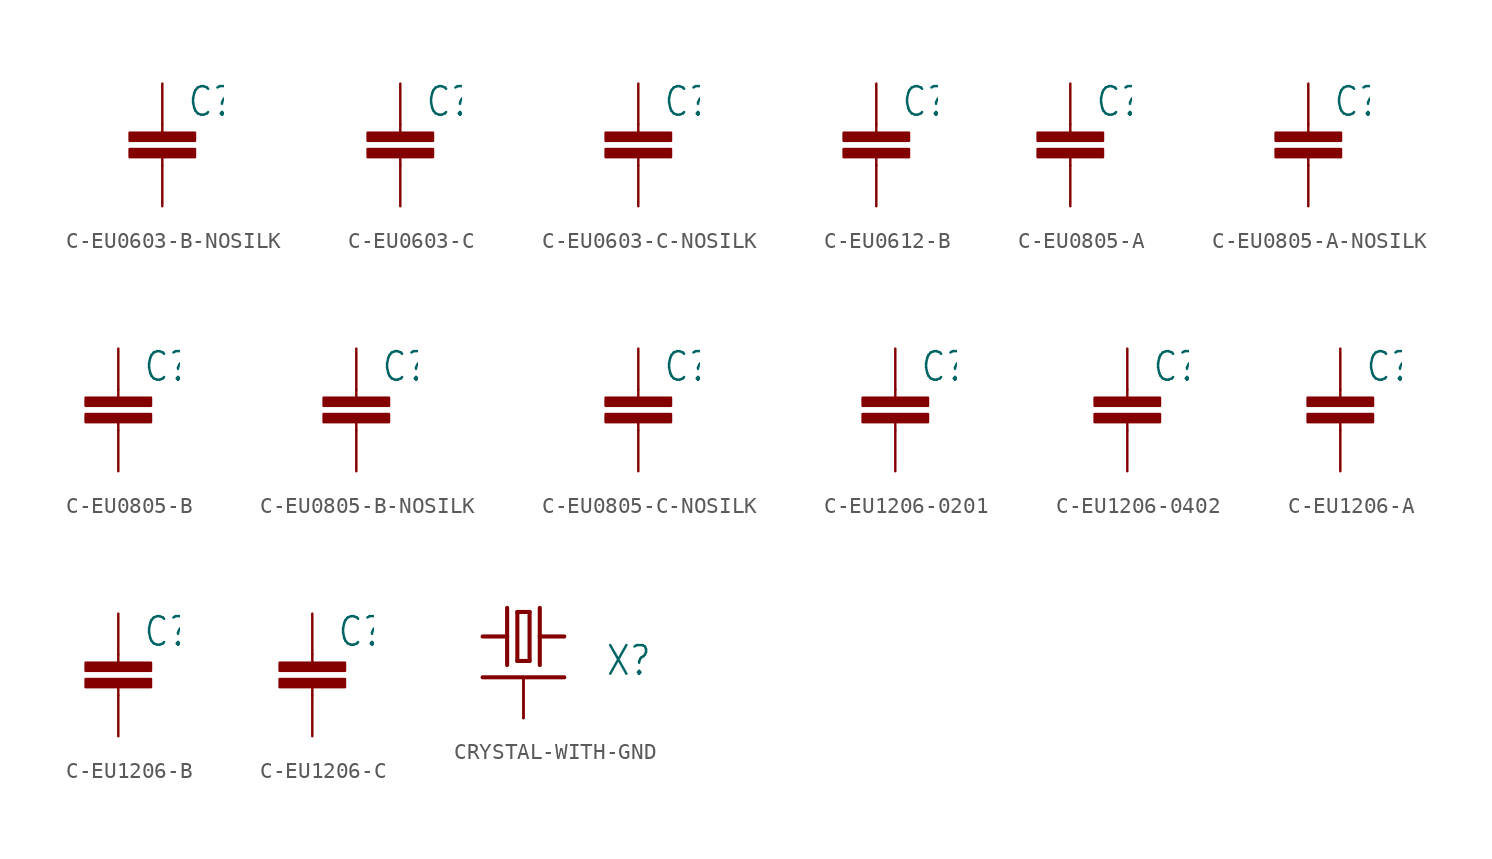
<source format=kicad_sym>
(kicad_symbol_lib
  (version 20220914)
  (generator kicad_symbol_editor)
  (symbol "C-EU0603-B-NOSILK"
    (property "Reference" "C"
      (at 1.524 0.381 0)
      (effects (font (size 1.778 1.511)) (justify left bottom)))
    (property "Value" ""
      (at 1.524 -4.699 0)
      (effects (font (size 1.778 1.511)) (justify left bottom)))
    (property "ki_locked" ""
      (at 0 0 0)
      (effects (font (size 1.27 1.27))))
    (symbol "C-EU0603-B-NOSILK_1_0"
      (rectangle (start -2.032 -2.032) (end 2.032 -1.524) (stroke (width 0) (type default)) (fill (type outline)))
      (rectangle (start -2.032 -1.016) (end 2.032 -0.508) (stroke (width 0) (type default)) (fill (type outline)))
      (polyline (pts (xy 0 -2.54) (xy 0 -2.032)) (stroke (width 0.152) (type solid)) (fill (type none)))
      (polyline (pts (xy 0 0) (xy 0 -0.508)) (stroke (width 0.152) (type solid)) (fill (type none)))
      (pin passive line (at 0 2.54 270) (length 2.54) (name "1" (effects (font (size 0 0)))) (number "1" (effects (font (size 0 0)))))
      (pin passive line (at 0 -5.08 90) (length 2.54) (name "2" (effects (font (size 0 0)))) (number "2" (effects (font (size 0 0)))))))
  (symbol "C-EU0603-C"
    (property "Reference" "C"
      (at 1.524 0.381 0)
      (effects (font (size 1.778 1.511)) (justify left bottom)))
    (property "Value" ""
      (at 1.524 -4.699 0)
      (effects (font (size 1.778 1.511)) (justify left bottom)))
    (property "ki_locked" ""
      (at 0 0 0)
      (effects (font (size 1.27 1.27))))
    (symbol "C-EU0603-C_1_0"
      (rectangle (start -2.032 -2.032) (end 2.032 -1.524) (stroke (width 0) (type default)) (fill (type outline)))
      (rectangle (start -2.032 -1.016) (end 2.032 -0.508) (stroke (width 0) (type default)) (fill (type outline)))
      (polyline (pts (xy 0 -2.54) (xy 0 -2.032)) (stroke (width 0.152) (type solid)) (fill (type none)))
      (polyline (pts (xy 0 0) (xy 0 -0.508)) (stroke (width 0.152) (type solid)) (fill (type none)))
      (pin passive line (at 0 2.54 270) (length 2.54) (name "1" (effects (font (size 0 0)))) (number "1" (effects (font (size 0 0)))))
      (pin passive line (at 0 -5.08 90) (length 2.54) (name "2" (effects (font (size 0 0)))) (number "2" (effects (font (size 0 0)))))))
  (symbol "C-EU0603-C-NOSILK"
    (property "Reference" "C"
      (at 1.524 0.381 0)
      (effects (font (size 1.778 1.511)) (justify left bottom)))
    (property "Value" ""
      (at 1.524 -4.699 0)
      (effects (font (size 1.778 1.511)) (justify left bottom)))
    (property "ki_locked" ""
      (at 0 0 0)
      (effects (font (size 1.27 1.27))))
    (symbol "C-EU0603-C-NOSILK_1_0"
      (rectangle (start -2.032 -2.032) (end 2.032 -1.524) (stroke (width 0) (type default)) (fill (type outline)))
      (rectangle (start -2.032 -1.016) (end 2.032 -0.508) (stroke (width 0) (type default)) (fill (type outline)))
      (polyline (pts (xy 0 -2.54) (xy 0 -2.032)) (stroke (width 0.152) (type solid)) (fill (type none)))
      (polyline (pts (xy 0 0) (xy 0 -0.508)) (stroke (width 0.152) (type solid)) (fill (type none)))
      (pin passive line (at 0 2.54 270) (length 2.54) (name "1" (effects (font (size 0 0)))) (number "1" (effects (font (size 0 0)))))
      (pin passive line (at 0 -5.08 90) (length 2.54) (name "2" (effects (font (size 0 0)))) (number "2" (effects (font (size 0 0)))))))
  (symbol "C-EU0612-B"
    (property "Reference" "C"
      (at 1.524 0.381 0)
      (effects (font (size 1.778 1.511)) (justify left bottom)))
    (property "Value" ""
      (at 1.524 -4.699 0)
      (effects (font (size 1.778 1.511)) (justify left bottom)))
    (property "ki_locked" ""
      (at 0 0 0)
      (effects (font (size 1.27 1.27))))
    (symbol "C-EU0612-B_1_0"
      (rectangle (start -2.032 -2.032) (end 2.032 -1.524) (stroke (width 0) (type default)) (fill (type outline)))
      (rectangle (start -2.032 -1.016) (end 2.032 -0.508) (stroke (width 0) (type default)) (fill (type outline)))
      (polyline (pts (xy 0 -2.54) (xy 0 -2.032)) (stroke (width 0.152) (type solid)) (fill (type none)))
      (polyline (pts (xy 0 0) (xy 0 -0.508)) (stroke (width 0.152) (type solid)) (fill (type none)))
      (pin passive line (at 0 2.54 270) (length 2.54) (name "1" (effects (font (size 0 0)))) (number "1" (effects (font (size 0 0)))))
      (pin passive line (at 0 -5.08 90) (length 2.54) (name "2" (effects (font (size 0 0)))) (number "2" (effects (font (size 0 0)))))))
  (symbol "C-EU0805-A"
    (property "Reference" "C"
      (at 1.524 0.381 0)
      (effects (font (size 1.778 1.511)) (justify left bottom)))
    (property "Value" ""
      (at 1.524 -4.699 0)
      (effects (font (size 1.778 1.511)) (justify left bottom)))
    (property "ki_locked" ""
      (at 0 0 0)
      (effects (font (size 1.27 1.27))))
    (symbol "C-EU0805-A_1_0"
      (rectangle (start -2.032 -2.032) (end 2.032 -1.524) (stroke (width 0) (type default)) (fill (type outline)))
      (rectangle (start -2.032 -1.016) (end 2.032 -0.508) (stroke (width 0) (type default)) (fill (type outline)))
      (polyline (pts (xy 0 -2.54) (xy 0 -2.032)) (stroke (width 0.152) (type solid)) (fill (type none)))
      (polyline (pts (xy 0 0) (xy 0 -0.508)) (stroke (width 0.152) (type solid)) (fill (type none)))
      (pin passive line (at 0 2.54 270) (length 2.54) (name "1" (effects (font (size 0 0)))) (number "1" (effects (font (size 0 0)))))
      (pin passive line (at 0 -5.08 90) (length 2.54) (name "2" (effects (font (size 0 0)))) (number "2" (effects (font (size 0 0)))))))
  (symbol "C-EU0805-A-NOSILK"
    (property "Reference" "C"
      (at 1.524 0.381 0)
      (effects (font (size 1.778 1.511)) (justify left bottom)))
    (property "Value" ""
      (at 1.524 -4.699 0)
      (effects (font (size 1.778 1.511)) (justify left bottom)))
    (property "ki_locked" ""
      (at 0 0 0)
      (effects (font (size 1.27 1.27))))
    (symbol "C-EU0805-A-NOSILK_1_0"
      (rectangle (start -2.032 -2.032) (end 2.032 -1.524) (stroke (width 0) (type default)) (fill (type outline)))
      (rectangle (start -2.032 -1.016) (end 2.032 -0.508) (stroke (width 0) (type default)) (fill (type outline)))
      (polyline (pts (xy 0 -2.54) (xy 0 -2.032)) (stroke (width 0.152) (type solid)) (fill (type none)))
      (polyline (pts (xy 0 0) (xy 0 -0.508)) (stroke (width 0.152) (type solid)) (fill (type none)))
      (pin passive line (at 0 2.54 270) (length 2.54) (name "1" (effects (font (size 0 0)))) (number "1" (effects (font (size 0 0)))))
      (pin passive line (at 0 -5.08 90) (length 2.54) (name "2" (effects (font (size 0 0)))) (number "2" (effects (font (size 0 0)))))))
  (symbol "C-EU0805-B"
    (property "Reference" "C"
      (at 1.524 0.381 0)
      (effects (font (size 1.778 1.511)) (justify left bottom)))
    (property "Value" ""
      (at 1.524 -4.699 0)
      (effects (font (size 1.778 1.511)) (justify left bottom)))
    (property "ki_locked" ""
      (at 0 0 0)
      (effects (font (size 1.27 1.27))))
    (symbol "C-EU0805-B_1_0"
      (rectangle (start -2.032 -2.032) (end 2.032 -1.524) (stroke (width 0) (type default)) (fill (type outline)))
      (rectangle (start -2.032 -1.016) (end 2.032 -0.508) (stroke (width 0) (type default)) (fill (type outline)))
      (polyline (pts (xy 0 -2.54) (xy 0 -2.032)) (stroke (width 0.152) (type solid)) (fill (type none)))
      (polyline (pts (xy 0 0) (xy 0 -0.508)) (stroke (width 0.152) (type solid)) (fill (type none)))
      (pin passive line (at 0 2.54 270) (length 2.54) (name "1" (effects (font (size 0 0)))) (number "1" (effects (font (size 0 0)))))
      (pin passive line (at 0 -5.08 90) (length 2.54) (name "2" (effects (font (size 0 0)))) (number "2" (effects (font (size 0 0)))))))
  (symbol "C-EU0805-B-NOSILK"
    (property "Reference" "C"
      (at 1.524 0.381 0)
      (effects (font (size 1.778 1.511)) (justify left bottom)))
    (property "Value" ""
      (at 1.524 -4.699 0)
      (effects (font (size 1.778 1.511)) (justify left bottom)))
    (property "ki_locked" ""
      (at 0 0 0)
      (effects (font (size 1.27 1.27))))
    (symbol "C-EU0805-B-NOSILK_1_0"
      (rectangle (start -2.032 -2.032) (end 2.032 -1.524) (stroke (width 0) (type default)) (fill (type outline)))
      (rectangle (start -2.032 -1.016) (end 2.032 -0.508) (stroke (width 0) (type default)) (fill (type outline)))
      (polyline (pts (xy 0 -2.54) (xy 0 -2.032)) (stroke (width 0.152) (type solid)) (fill (type none)))
      (polyline (pts (xy 0 0) (xy 0 -0.508)) (stroke (width 0.152) (type solid)) (fill (type none)))
      (pin passive line (at 0 2.54 270) (length 2.54) (name "1" (effects (font (size 0 0)))) (number "1" (effects (font (size 0 0)))))
      (pin passive line (at 0 -5.08 90) (length 2.54) (name "2" (effects (font (size 0 0)))) (number "2" (effects (font (size 0 0)))))))
  (symbol "C-EU0805-C-NOSILK"
    (property "Reference" "C"
      (at 1.524 0.381 0)
      (effects (font (size 1.778 1.511)) (justify left bottom)))
    (property "Value" ""
      (at 1.524 -4.699 0)
      (effects (font (size 1.778 1.511)) (justify left bottom)))
    (property "ki_locked" ""
      (at 0 0 0)
      (effects (font (size 1.27 1.27))))
    (symbol "C-EU0805-C-NOSILK_1_0"
      (rectangle (start -2.032 -2.032) (end 2.032 -1.524) (stroke (width 0) (type default)) (fill (type outline)))
      (rectangle (start -2.032 -1.016) (end 2.032 -0.508) (stroke (width 0) (type default)) (fill (type outline)))
      (polyline (pts (xy 0 -2.54) (xy 0 -2.032)) (stroke (width 0.152) (type solid)) (fill (type none)))
      (polyline (pts (xy 0 0) (xy 0 -0.508)) (stroke (width 0.152) (type solid)) (fill (type none)))
      (pin passive line (at 0 2.54 270) (length 2.54) (name "1" (effects (font (size 0 0)))) (number "1" (effects (font (size 0 0)))))
      (pin passive line (at 0 -5.08 90) (length 2.54) (name "2" (effects (font (size 0 0)))) (number "2" (effects (font (size 0 0)))))))
  (symbol "C-EU1206-0201"
    (property "Reference" "C"
      (at 1.524 0.381 0)
      (effects (font (size 1.778 1.511)) (justify left bottom)))
    (property "Value" ""
      (at 1.524 -4.699 0)
      (effects (font (size 1.778 1.511)) (justify left bottom)))
    (property "ki_locked" ""
      (at 0 0 0)
      (effects (font (size 1.27 1.27))))
    (symbol "C-EU1206-0201_1_0"
      (rectangle (start -2.032 -2.032) (end 2.032 -1.524) (stroke (width 0) (type default)) (fill (type outline)))
      (rectangle (start -2.032 -1.016) (end 2.032 -0.508) (stroke (width 0) (type default)) (fill (type outline)))
      (polyline (pts (xy 0 -2.54) (xy 0 -2.032)) (stroke (width 0.152) (type solid)) (fill (type none)))
      (polyline (pts (xy 0 0) (xy 0 -0.508)) (stroke (width 0.152) (type solid)) (fill (type none)))
      (pin passive line (at 0 2.54 270) (length 2.54) (name "1" (effects (font (size 0 0)))) (number "1" (effects (font (size 0 0)))))
      (pin passive line (at 0 -5.08 90) (length 2.54) (name "2" (effects (font (size 0 0)))) (number "2" (effects (font (size 0 0)))))))
  (symbol "C-EU1206-0402"
    (property "Reference" "C"
      (at 1.524 0.381 0)
      (effects (font (size 1.778 1.511)) (justify left bottom)))
    (property "Value" ""
      (at 1.524 -4.699 0)
      (effects (font (size 1.778 1.511)) (justify left bottom)))
    (property "ki_locked" ""
      (at 0 0 0)
      (effects (font (size 1.27 1.27))))
    (symbol "C-EU1206-0402_1_0"
      (rectangle (start -2.032 -2.032) (end 2.032 -1.524) (stroke (width 0) (type default)) (fill (type outline)))
      (rectangle (start -2.032 -1.016) (end 2.032 -0.508) (stroke (width 0) (type default)) (fill (type outline)))
      (polyline (pts (xy 0 -2.54) (xy 0 -2.032)) (stroke (width 0.152) (type solid)) (fill (type none)))
      (polyline (pts (xy 0 0) (xy 0 -0.508)) (stroke (width 0.152) (type solid)) (fill (type none)))
      (pin passive line (at 0 2.54 270) (length 2.54) (name "1" (effects (font (size 0 0)))) (number "1" (effects (font (size 0 0)))))
      (pin passive line (at 0 -5.08 90) (length 2.54) (name "2" (effects (font (size 0 0)))) (number "2" (effects (font (size 0 0)))))))
  (symbol "C-EU1206-A"
    (property "Reference" "C"
      (at 1.524 0.381 0)
      (effects (font (size 1.778 1.511)) (justify left bottom)))
    (property "Value" ""
      (at 1.524 -4.699 0)
      (effects (font (size 1.778 1.511)) (justify left bottom)))
    (property "ki_locked" ""
      (at 0 0 0)
      (effects (font (size 1.27 1.27))))
    (symbol "C-EU1206-A_1_0"
      (rectangle (start -2.032 -2.032) (end 2.032 -1.524) (stroke (width 0) (type default)) (fill (type outline)))
      (rectangle (start -2.032 -1.016) (end 2.032 -0.508) (stroke (width 0) (type default)) (fill (type outline)))
      (polyline (pts (xy 0 -2.54) (xy 0 -2.032)) (stroke (width 0.152) (type solid)) (fill (type none)))
      (polyline (pts (xy 0 0) (xy 0 -0.508)) (stroke (width 0.152) (type solid)) (fill (type none)))
      (pin passive line (at 0 2.54 270) (length 2.54) (name "1" (effects (font (size 0 0)))) (number "1" (effects (font (size 0 0)))))
      (pin passive line (at 0 -5.08 90) (length 2.54) (name "2" (effects (font (size 0 0)))) (number "2" (effects (font (size 0 0)))))))
  (symbol "C-EU1206-B"
    (property "Reference" "C"
      (at 1.524 0.381 0)
      (effects (font (size 1.778 1.511)) (justify left bottom)))
    (property "Value" ""
      (at 1.524 -4.699 0)
      (effects (font (size 1.778 1.511)) (justify left bottom)))
    (property "ki_locked" ""
      (at 0 0 0)
      (effects (font (size 1.27 1.27))))
    (symbol "C-EU1206-B_1_0"
      (rectangle (start -2.032 -2.032) (end 2.032 -1.524) (stroke (width 0) (type default)) (fill (type outline)))
      (rectangle (start -2.032 -1.016) (end 2.032 -0.508) (stroke (width 0) (type default)) (fill (type outline)))
      (polyline (pts (xy 0 -2.54) (xy 0 -2.032)) (stroke (width 0.152) (type solid)) (fill (type none)))
      (polyline (pts (xy 0 0) (xy 0 -0.508)) (stroke (width 0.152) (type solid)) (fill (type none)))
      (pin passive line (at 0 2.54 270) (length 2.54) (name "1" (effects (font (size 0 0)))) (number "1" (effects (font (size 0 0)))))
      (pin passive line (at 0 -5.08 90) (length 2.54) (name "2" (effects (font (size 0 0)))) (number "2" (effects (font (size 0 0)))))))
  (symbol "C-EU1206-C"
    (property "Reference" "C"
      (at 1.524 0.381 0)
      (effects (font (size 1.778 1.511)) (justify left bottom)))
    (property "Value" ""
      (at 1.524 -4.699 0)
      (effects (font (size 1.778 1.511)) (justify left bottom)))
    (property "ki_locked" ""
      (at 0 0 0)
      (effects (font (size 1.27 1.27))))
    (symbol "C-EU1206-C_1_0"
      (rectangle (start -2.032 -2.032) (end 2.032 -1.524) (stroke (width 0) (type default)) (fill (type outline)))
      (rectangle (start -2.032 -1.016) (end 2.032 -0.508) (stroke (width 0) (type default)) (fill (type outline)))
      (polyline (pts (xy 0 -2.54) (xy 0 -2.032)) (stroke (width 0.152) (type solid)) (fill (type none)))
      (polyline (pts (xy 0 0) (xy 0 -0.508)) (stroke (width 0.152) (type solid)) (fill (type none)))
      (pin passive line (at 0 2.54 270) (length 2.54) (name "1" (effects (font (size 0 0)))) (number "1" (effects (font (size 0 0)))))
      (pin passive line (at 0 -5.08 90) (length 2.54) (name "2" (effects (font (size 0 0)))) (number "2" (effects (font (size 0 0)))))))
  (symbol "CRYSTAL-WITH-GND"
    (property "Reference" "X"
      (at 5.08 -2.54 0)
      (effects (font (size 1.778 1.511)) (justify left bottom)))
    (property "Value" ""
      (at 5.08 -5.08 0)
      (effects (font (size 1.778 1.511)) (justify left bottom)))
    (property "ki_locked" ""
      (at 0 0 0)
      (effects (font (size 1.27 1.27))))
    (symbol "CRYSTAL-WITH-GND_1_0"
      (polyline (pts (xy -2.54 -2.54) (xy 2.54 -2.54)) (stroke (width 0.254) (type solid)) (fill (type none)))
      (polyline (pts (xy -2.54 0) (xy -1.016 0)) (stroke (width 0.254) (type solid)) (fill (type none)))
      (polyline (pts (xy -1.016 0) (xy -1.016 -1.778)) (stroke (width 0.254) (type solid)) (fill (type none)))
      (polyline (pts (xy -1.016 1.778) (xy -1.016 0)) (stroke (width 0.254) (type solid)) (fill (type none)))
      (polyline (pts (xy -0.381 -1.524) (xy 0.381 -1.524)) (stroke (width 0.254) (type solid)) (fill (type none)))
      (polyline (pts (xy -0.381 1.524) (xy -0.381 -1.524)) (stroke (width 0.254) (type solid)) (fill (type none)))
      (polyline (pts (xy 0.381 -1.524) (xy 0.381 1.524)) (stroke (width 0.254) (type solid)) (fill (type none)))
      (polyline (pts (xy 0.381 1.524) (xy -0.381 1.524)) (stroke (width 0.254) (type solid)) (fill (type none)))
      (polyline (pts (xy 1.016 0) (xy 1.016 -1.778)) (stroke (width 0.254) (type solid)) (fill (type none)))
      (polyline (pts (xy 1.016 1.778) (xy 1.016 0)) (stroke (width 0.254) (type solid)) (fill (type none)))
      (polyline (pts (xy 2.54 0) (xy 1.016 0)) (stroke (width 0.254) (type solid)) (fill (type none)))
      (pin passive line (at -2.54 0 0) (length 0) (name "1" (effects (font (size 0 0)))) (number "1" (effects (font (size 0 0)))))
      (pin power_in line (at 0 -5.08 90) (length 2.54) (name "SHIELD" (effects (font (size 0 0)))) (number "2" (effects (font (size 0 0)))))
      (pin passive line (at 2.54 0 180) (length 0) (name "2" (effects (font (size 0 0)))) (number "3" (effects (font (size 0 0)))))
      (pin power_in line (at 0 -5.08 90) (length 2.54) (name "SHIELD" (effects (font (size 0 0)))) (number "4" (effects (font (size 0 0))))))))
</source>
